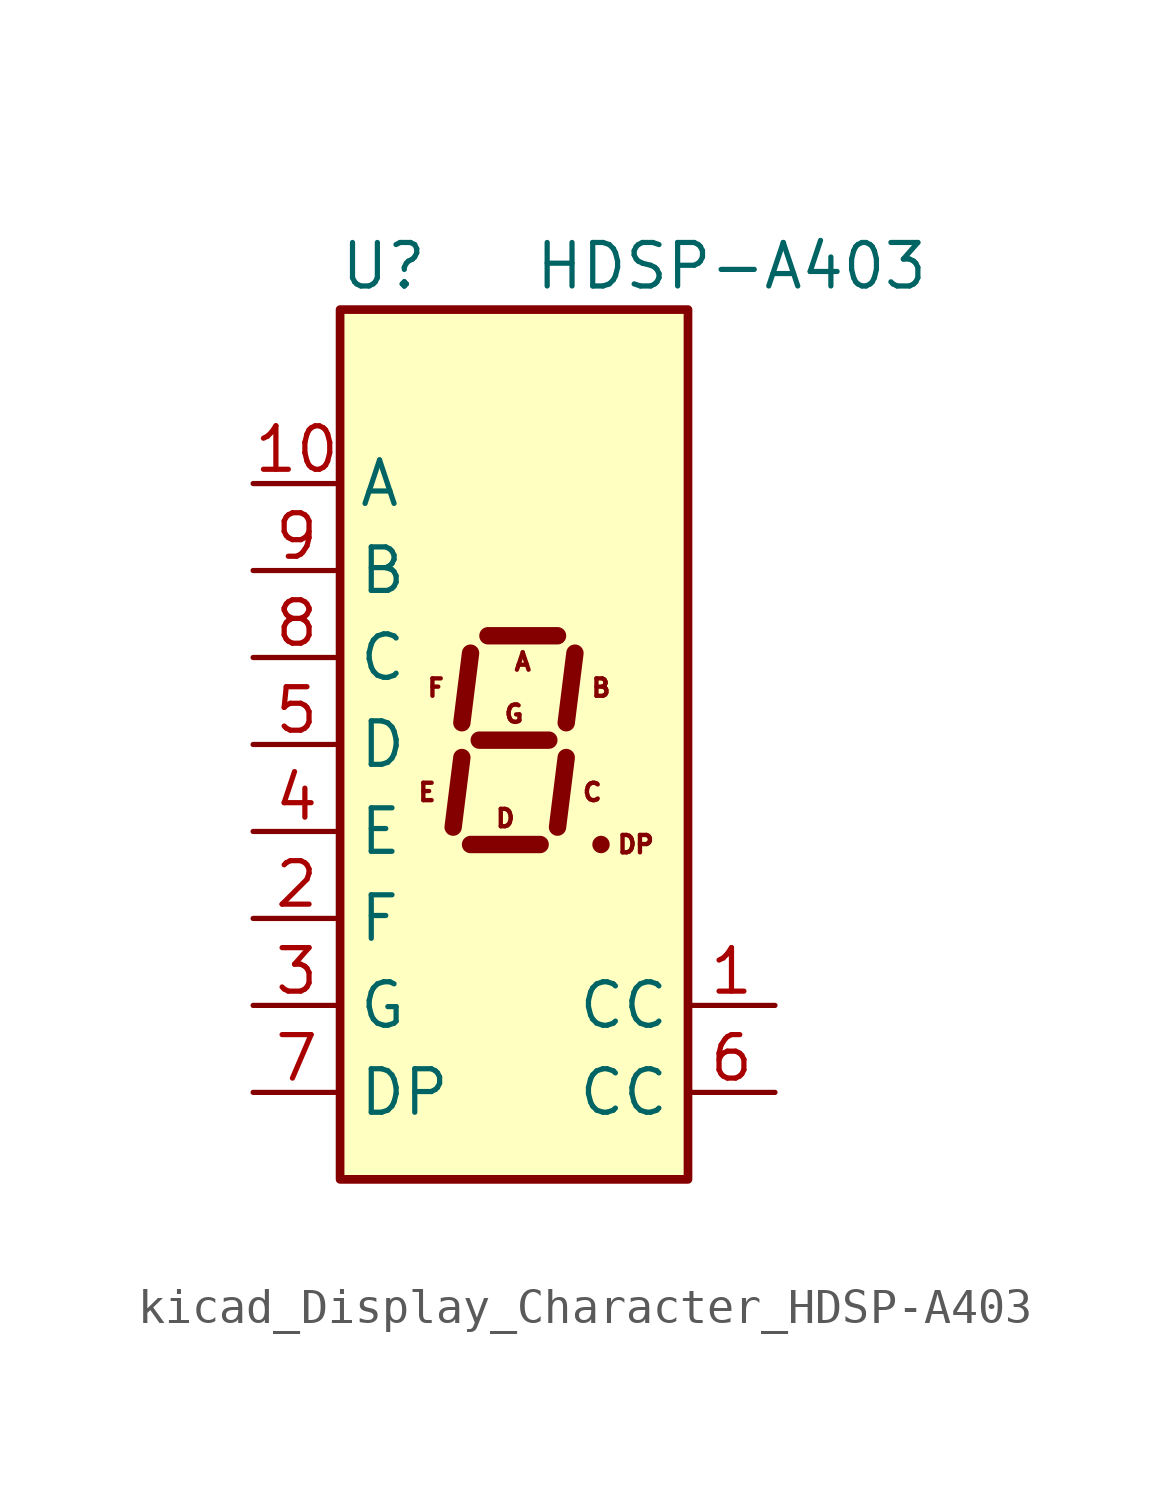
<source format=kicad_sym>
(kicad_symbol_lib
  (version 20220914)
  (generator kicad_symbol_editor)
  (symbol "kicad_Display_Character_HDSP-A403"
    (property "Reference" "U"
      (at -3.81 13.97 0)
      (effects (font (size 1.27 1.27))))
    (property "Value" "HDSP-A403"
      (at 6.35 13.97 0)
      (effects (font (size 1.27 1.27))))
    (symbol "kicad_Display_Character_HDSP-A403_1_0"
      (text "A" (at 0.254 2.413 0) (effects (font (size 0.508 0.508))))
      (text "B" (at 2.54 1.651 0) (effects (font (size 0.508 0.508))))
      (text "C" (at 2.286 -1.397 0) (effects (font (size 0.508 0.508))))
      (text "D" (at -0.254 -2.159 0) (effects (font (size 0.508 0.508))))
      (text "DP" (at 3.556 -2.921 0) (effects (font (size 0.508 0.508))))
      (text "E" (at -2.54 -1.397 0) (effects (font (size 0.508 0.508))))
      (text "F" (at -2.286 1.651 0) (effects (font (size 0.508 0.508))))
      (text "G" (at 0 0.889 0) (effects (font (size 0.508 0.508)))))
    (symbol "kicad_Display_Character_HDSP-A403_1_1"
      (rectangle (start -5.08 12.7) (end 5.08 -12.7) (stroke (width 0.254) (type default)) (fill (type background)))
      (polyline (pts (xy -1.524 -0.381) (xy -1.778 -2.413)) (stroke (width 0.508) (type default)) (fill (type none)))
      (polyline (pts (xy -1.27 -2.921) (xy 0.762 -2.921)) (stroke (width 0.508) (type default)) (fill (type none)))
      (polyline (pts (xy -1.27 2.667) (xy -1.524 0.635)) (stroke (width 0.508) (type default)) (fill (type none)))
      (polyline (pts (xy -1.016 0.127) (xy 1.016 0.127)) (stroke (width 0.508) (type default)) (fill (type none)))
      (polyline (pts (xy -0.762 3.175) (xy 1.27 3.175)) (stroke (width 0.508) (type default)) (fill (type none)))
      (polyline (pts (xy 1.524 -0.381) (xy 1.27 -2.413)) (stroke (width 0.508) (type default)) (fill (type none)))
      (polyline (pts (xy 1.778 2.667) (xy 1.524 0.635)) (stroke (width 0.508) (type default)) (fill (type none)))
      (polyline (pts (xy 2.54 -2.921) (xy 2.54 -2.921)) (stroke (width 0.508) (type default)) (fill (type none)))
      (pin input line (at 7.62 -7.62 180) (length 2.54) (name "CC" (effects (font (size 1.27 1.27)))) (number "1" (effects (font (size 1.27 1.27)))))
      (pin input line (at -7.62 7.62 0) (length 2.54) (name "A" (effects (font (size 1.27 1.27)))) (number "10" (effects (font (size 1.27 1.27)))))
      (pin input line (at -7.62 -5.08 0) (length 2.54) (name "F" (effects (font (size 1.27 1.27)))) (number "2" (effects (font (size 1.27 1.27)))))
      (pin input line (at -7.62 -7.62 0) (length 2.54) (name "G" (effects (font (size 1.27 1.27)))) (number "3" (effects (font (size 1.27 1.27)))))
      (pin input line (at -7.62 -2.54 0) (length 2.54) (name "E" (effects (font (size 1.27 1.27)))) (number "4" (effects (font (size 1.27 1.27)))))
      (pin input line (at -7.62 0 0) (length 2.54) (name "D" (effects (font (size 1.27 1.27)))) (number "5" (effects (font (size 1.27 1.27)))))
      (pin input line (at 7.62 -10.16 180) (length 2.54) (name "CC" (effects (font (size 1.27 1.27)))) (number "6" (effects (font (size 1.27 1.27)))))
      (pin input line (at -7.62 -10.16 0) (length 2.54) (name "DP" (effects (font (size 1.27 1.27)))) (number "7" (effects (font (size 1.27 1.27)))))
      (pin input line (at -7.62 2.54 0) (length 2.54) (name "C" (effects (font (size 1.27 1.27)))) (number "8" (effects (font (size 1.27 1.27)))))
      (pin input line (at -7.62 5.08 0) (length 2.54) (name "B" (effects (font (size 1.27 1.27)))) (number "9" (effects (font (size 1.27 1.27))))))))
</source>
